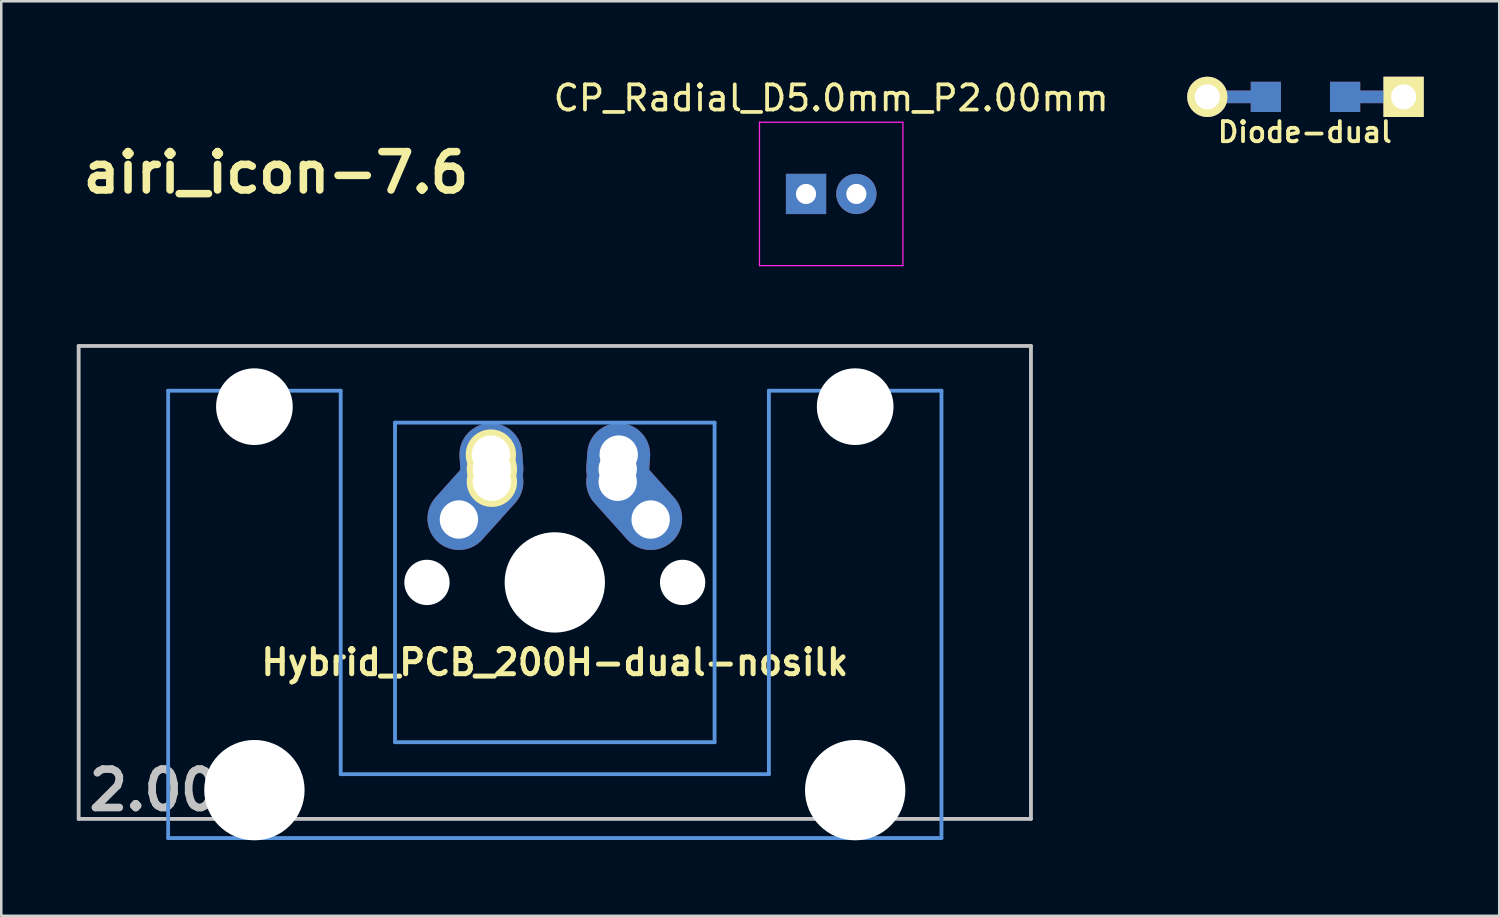
<source format=kicad_pcb>
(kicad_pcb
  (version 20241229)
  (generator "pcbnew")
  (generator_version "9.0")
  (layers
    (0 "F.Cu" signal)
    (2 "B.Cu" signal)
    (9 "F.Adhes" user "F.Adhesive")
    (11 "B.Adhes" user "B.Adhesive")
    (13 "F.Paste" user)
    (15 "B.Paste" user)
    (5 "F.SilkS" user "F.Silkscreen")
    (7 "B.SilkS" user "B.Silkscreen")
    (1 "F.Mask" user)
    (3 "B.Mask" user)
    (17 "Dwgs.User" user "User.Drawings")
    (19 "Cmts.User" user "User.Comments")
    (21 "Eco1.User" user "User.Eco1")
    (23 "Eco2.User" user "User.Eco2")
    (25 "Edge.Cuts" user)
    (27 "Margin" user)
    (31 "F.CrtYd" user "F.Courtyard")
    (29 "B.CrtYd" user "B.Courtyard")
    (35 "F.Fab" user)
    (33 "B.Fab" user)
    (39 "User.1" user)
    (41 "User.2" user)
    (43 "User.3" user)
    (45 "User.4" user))
  (footprint "Hybrid_PCB_200H-dual-nosilk"
    (layer "F.Cu")
    (at 18.999 20.097)
    (property "Reference" "Hybrid_PCB_200H-dual-nosilk" (at 0 3.175 0) (layer "F.SilkS") (effects (font (size 1 1) (thickness 0.2))))
    (attr through_hole)
    (fp_line (start -18.923 -9.398) (end 18.923 -9.398) (stroke (width 0.152) (type solid)) (layer "Dwgs.User"))
    (fp_line (start -18.923 9.398) (end -18.923 -9.398) (stroke (width 0.152) (type solid)) (layer "Dwgs.User"))
    (fp_line (start 18.923 -9.398) (end 18.923 9.398) (stroke (width 0.152) (type solid)) (layer "Dwgs.User"))
    (fp_line (start 18.923 9.398) (end -18.923 9.398) (stroke (width 0.152) (type solid)) (layer "Dwgs.User"))
    (fp_line (start -15.367 -7.62) (end -15.367 10.16) (stroke (width 0.152) (type solid)) (layer "Cmts.User"))
    (fp_line (start -15.367 10.16) (end 15.367 10.16) (stroke (width 0.152) (type solid)) (layer "Cmts.User"))
    (fp_line (start -8.509 -7.62) (end -15.367 -7.62) (stroke (width 0.152) (type solid)) (layer "Cmts.User"))
    (fp_line (start -8.509 7.62) (end -8.509 -7.62) (stroke (width 0.152) (type solid)) (layer "Cmts.User"))
    (fp_line (start -6.35 -6.35) (end 6.35 -6.35) (stroke (width 0.152) (type solid)) (layer "Cmts.User"))
    (fp_line (start -6.35 6.35) (end -6.35 -6.35) (stroke (width 0.152) (type solid)) (layer "Cmts.User"))
    (fp_line (start 6.35 -6.35) (end 6.35 6.35) (stroke (width 0.152) (type solid)) (layer "Cmts.User"))
    (fp_line (start 6.35 6.35) (end -6.35 6.35) (stroke (width 0.152) (type solid)) (layer "Cmts.User"))
    (fp_line (start 8.509 -7.62) (end 8.509 7.62) (stroke (width 0.152) (type solid)) (layer "Cmts.User"))
    (fp_line (start 8.509 7.62) (end -8.509 7.62) (stroke (width 0.152) (type solid)) (layer "Cmts.User"))
    (fp_line (start 15.367 -7.62) (end 8.509 -7.62) (stroke (width 0.152) (type solid)) (layer "Cmts.User"))
    (fp_line (start 15.367 10.16) (end 15.367 -7.62) (stroke (width 0.152) (type solid)) (layer "Cmts.User"))
    (fp_line (start -16.129 -2.286) (end -15.265 -2.286) (stroke (width 0.152) (type solid)) (layer "Eco2.User"))
    (fp_line (start -16.129 0.508) (end -16.129 -2.286) (stroke (width 0.152) (type solid)) (layer "Eco2.User"))
    (fp_line (start -15.265 -5.69) (end -8.611 -5.69) (stroke (width 0.152) (type solid)) (layer "Eco2.User"))
    (fp_line (start -15.265 -2.286) (end -15.265 -5.69) (stroke (width 0.152) (type solid)) (layer "Eco2.User"))
    (fp_line (start -15.265 0.508) (end -16.129 0.508) (stroke (width 0.152) (type solid)) (layer "Eco2.User"))
    (fp_line (start -15.265 6.604) (end -15.265 0.508) (stroke (width 0.152) (type solid)) (layer "Eco2.User"))
    (fp_line (start -14.224 6.604) (end -15.265 6.604) (stroke (width 0.152) (type solid)) (layer "Eco2.User"))
    (fp_line (start -14.224 7.772) (end -14.224 6.604) (stroke (width 0.152) (type solid)) (layer "Eco2.User"))
    (fp_line (start -9.652 6.604) (end -9.652 7.772) (stroke (width 0.152) (type solid)) (layer "Eco2.User"))
    (fp_line (start -9.652 7.772) (end -14.224 7.772) (stroke (width 0.152) (type solid)) (layer "Eco2.User"))
    (fp_line (start -8.611 -5.69) (end -8.611 -4.877) (stroke (width 0.152) (type solid)) (layer "Eco2.User"))
    (fp_line (start -8.611 -4.877) (end -6.985 -4.877) (stroke (width 0.152) (type solid)) (layer "Eco2.User"))
    (fp_line (start -8.611 5.817) (end -8.611 6.604) (stroke (width 0.152) (type solid)) (layer "Eco2.User"))
    (fp_line (start -8.611 6.604) (end -9.652 6.604) (stroke (width 0.152) (type solid)) (layer "Eco2.User"))
    (fp_line (start -6.985 -6.985) (end 6.985 -6.985) (stroke (width 0.152) (type solid)) (layer "Eco2.User"))
    (fp_line (start -6.985 -4.877) (end -6.985 -6.985) (stroke (width 0.152) (type solid)) (layer "Eco2.User"))
    (fp_line (start -6.985 5.817) (end -8.611 5.817) (stroke (width 0.152) (type solid)) (layer "Eco2.User"))
    (fp_line (start -6.985 6.985) (end -6.985 5.817) (stroke (width 0.152) (type solid)) (layer "Eco2.User"))
    (fp_line (start 6.985 -6.985) (end 6.985 -4.877) (stroke (width 0.152) (type solid)) (layer "Eco2.User"))
    (fp_line (start 6.985 -4.877) (end 8.611 -4.877) (stroke (width 0.152) (type solid)) (layer "Eco2.User"))
    (fp_line (start 6.985 5.817) (end 6.985 6.985) (stroke (width 0.152) (type solid)) (layer "Eco2.User"))
    (fp_line (start 6.985 6.985) (end -6.985 6.985) (stroke (width 0.152) (type solid)) (layer "Eco2.User"))
    (fp_line (start 8.611 -5.69) (end 15.265 -5.69) (stroke (width 0.152) (type solid)) (layer "Eco2.User"))
    (fp_line (start 8.611 -4.877) (end 8.611 -5.69) (stroke (width 0.152) (type solid)) (layer "Eco2.User"))
    (fp_line (start 8.611 5.817) (end 6.985 5.817) (stroke (width 0.152) (type solid)) (layer "Eco2.User"))
    (fp_line (start 8.611 6.604) (end 8.611 5.817) (stroke (width 0.152) (type solid)) (layer "Eco2.User"))
    (fp_line (start 9.652 6.604) (end 8.611 6.604) (stroke (width 0.152) (type solid)) (layer "Eco2.User"))
    (fp_line (start 9.652 7.772) (end 9.652 6.604) (stroke (width 0.152) (type solid)) (layer "Eco2.User"))
    (fp_line (start 14.224 6.604) (end 14.224 7.772) (stroke (width 0.152) (type solid)) (layer "Eco2.User"))
    (fp_line (start 14.224 7.772) (end 9.652 7.772) (stroke (width 0.152) (type solid)) (layer "Eco2.User"))
    (fp_line (start 15.265 -5.69) (end 15.265 -2.286) (stroke (width 0.152) (type solid)) (layer "Eco2.User"))
    (fp_line (start 15.265 -2.286) (end 16.129 -2.286) (stroke (width 0.152) (type solid)) (layer "Eco2.User"))
    (fp_line (start 15.265 0.508) (end 15.265 6.604) (stroke (width 0.152) (type solid)) (layer "Eco2.User"))
    (fp_line (start 15.265 6.604) (end 14.224 6.604) (stroke (width 0.152) (type solid)) (layer "Eco2.User"))
    (fp_line (start 16.129 -2.286) (end 16.129 0.508) (stroke (width 0.152) (type solid)) (layer "Eco2.User"))
    (fp_line (start 16.129 0.508) (end 15.265 0.508) (stroke (width 0.152) (type solid)) (layer "Eco2.User"))
    (fp_text user "2.00u" (at -15.24 8.255 0) (layer "Dwgs.User") (effects (font (size 1.524 1.524) (thickness 0.305))))
    (pad "" np_thru_hole circle (at -11.938 -6.985) (size 3.048 3.048) (drill 3.048) (layers "*.Cu"))
    (pad "" np_thru_hole circle (at -11.938 8.255) (size 3.988 3.988) (drill 3.988) (layers "*.Cu"))
    (pad "" np_thru_hole circle (at -5.08 0) (size 1.8 1.8) (drill 1.8) (layers "*.Cu"))
    (pad "" np_thru_hole circle (at 0 0) (size 3.988 3.988) (drill 3.988) (layers "*.Cu"))
    (pad "" np_thru_hole circle (at 5.08 0) (size 1.8 1.8) (drill 1.8) (layers "*.Cu"))
    (pad "" np_thru_hole circle (at 11.938 -6.985) (size 3.048 3.048) (drill 3.048) (layers "*.Cu"))
    (pad "" np_thru_hole circle (at 11.938 8.255) (size 3.988 3.988) (drill 3.988) (layers "*.Cu"))
    (pad "1" thru_hole circle (at -3.81 -2.5 3.9) (size 2 2) (drill 1.524) (layers "*.Cu" "*.Mask"))
    (pad "1" smd oval (at -3.155 -3.27 138.1) (size 2.5 4.462) (layers "F.Cu" "F.Mask" "F.Paste"))
    (pad "1" smd oval (at -3.155 -3.27 138.1) (size 2.5 4.462) (layers "B.Cu" "B.Mask" "B.Paste"))
    (pad "1" thru_hole circle (at -2.54 -5.08) (size 2 2) (drill 1.524) (layers "*.Cu" "*.Mask" "F.SilkS"))
    (pad "1" smd oval (at -2.52 -4.79 3.9) (size 2.5 3.081) (layers "F.Cu" "F.Mask" "F.Paste"))
    (pad "1" smd oval (at -2.52 -4.79 3.9) (size 2.5 3.081) (layers "B.Cu" "B.Mask" "B.Paste"))
    (pad "1" thru_hole circle (at -2.5 -4.5) (size 2 2) (drill 1.524) (layers "*.Cu" "*.Mask" "F.SilkS"))
    (pad "1" thru_hole circle (at -2.5 -4) (size 2 2) (drill 1.524) (layers "*.Cu" "*.Mask" "F.SilkS"))
    (pad "2" thru_hole circle (at 2.5 -4.5 3.9) (size 2 2) (drill 1.524) (layers "*.Cu" "*.Mask"))
    (pad "2" thru_hole circle (at 2.5 -4 3.9) (size 2 2) (drill 1.524) (layers "*.Cu" "*.Mask"))
    (pad "2" smd oval (at 2.52 -4.79 356.1) (size 2.5 3.081) (layers "F.Cu" "F.Mask" "F.Paste"))
    (pad "2" smd oval (at 2.52 -4.79 356.1) (size 2.5 3.081) (layers "B.Cu" "B.Mask" "B.Paste"))
    (pad "2" thru_hole circle (at 2.54 -5.08 3.9) (size 2 2) (drill 1.524) (layers "*.Cu" "*.Mask"))
    (pad "2" smd oval (at 3.155 -3.27 221.9) (size 2.5 4.462) (layers "F.Cu" "F.Mask" "F.Paste"))
    (pad "2" smd oval (at 3.155 -3.27 221.9) (size 2.5 4.462) (layers "B.Cu" "B.Mask" "B.Paste"))
    (pad "2" thru_hole circle (at 3.81 -2.5 3.9) (size 2 2) (drill 1.524) (layers "*.Cu" "*.Mask")))
  (footprint "Diode-dual"
    (layer "F.Cu")
    (at 48.833 0.8)
    (property "Reference" "Diode-dual" (at -0.025 1.4 0) (layer "F.SilkS") (effects (font (size 0.8 0.8) (thickness 0.15))))
    (attr smd)
    (pad "1" smd rect (at 1.575 0) (size 1.2 1.2) (layers "F.Cu" "F.Mask" "F.Paste"))
    (pad "1" smd rect (at 1.575 0) (size 1.2 1.2) (layers "B.Cu" "B.Mask" "B.Paste"))
    (pad "1" smd rect (at 2.7 0) (size 2.5 0.5) (layers "F.Cu"))
    (pad "1" smd rect (at 2.7 0) (size 2.5 0.5) (layers "B.Cu"))
    (pad "1" thru_hole rect (at 3.9 0) (size 1.6 1.6) (drill 1) (layers "*.Cu" "*.Mask" "F.SilkS"))
    (pad "2" thru_hole circle (at -3.9 0) (size 1.6 1.6) (drill 1) (layers "*.Cu" "*.Mask" "F.SilkS"))
    (pad "2" smd rect (at -2.7 0) (size 2.5 0.5) (layers "F.Cu"))
    (pad "2" smd rect (at -2.7 0) (size 2.5 0.5) (layers "B.Cu"))
    (pad "2" smd rect (at -1.575 0) (size 1.2 1.2) (layers "F.Cu" "F.Mask" "F.Paste"))
    (pad "2" smd rect (at -1.575 0) (size 1.2 1.2) (layers "B.Cu" "B.Mask" "B.Paste")))
  (footprint "CP_Radial_D5.0mm_P2.00mm"
    (layer "F.Cu")
    (at 28.984 4.658)
    (property "Reference" "CP_Radial_D5.0mm_P2.00mm" (at 1 -3.81 0) (layer "F.SilkS") (effects (font (size 1 1) (thickness 0.15))))
    (attr through_hole)
    (fp_line (start -1.85 -2.85) (end -1.85 2.85) (stroke (width 0.05) (type solid)) (layer "F.CrtYd"))
    (fp_line (start -1.85 2.85) (end 3.85 2.85) (stroke (width 0.05) (type solid)) (layer "F.CrtYd"))
    (fp_line (start 3.85 -2.85) (end -1.85 -2.85) (stroke (width 0.05) (type solid)) (layer "F.CrtYd"))
    (fp_line (start 3.85 2.85) (end 3.85 -2.85) (stroke (width 0.05) (type solid)) (layer "F.CrtYd"))
    (pad "1" thru_hole rect (at 0 0) (size 1.6 1.6) (drill 0.8) (layers "*.Cu" "*.Mask"))
    (pad "2" thru_hole circle (at 2 0) (size 1.6 1.6) (drill 0.8) (layers "*.Cu" "*.Mask")))
  (footprint "airi_icon-7.6"
    (layer "F.Cu")
    (at 7.918 3.81)
    (property "Reference" "airi_icon-7.6" (at 0 0 0) (layer "F.SilkS") (effects (font (size 1.524 1.524) (thickness 0.3))))
    (attr through_hole)
    (fp_poly (pts (xy 1.697 1.697) (xy 1.016 1.697) (xy 1.018 1.019) (xy 1.021 0.34) (xy 1.697 0.335) (xy 1.697 1.697)) (stroke (width 0.01) (type solid)) (fill yes) (layer "F.Mask"))
    (fp_poly (pts (xy 1.697 -0.345) (xy 1.016 -0.345) (xy 1.016 -1.026) (xy 0.676 -1.026) (xy 0.335 -1.026) (xy 0.338 -0.683) (xy 0.34 -0.34) (xy 0.678 -0.338) (xy 1.016 -0.335) (xy 1.016 0.335) (xy 0.335 0.335) (xy 0.335 1.697) (xy -0.335 1.697) (xy -0.34 0.34) (xy -0.683 0.338) (xy -1.026 0.335) (xy -1.026 1.697) (xy -1.697 1.697) (xy -1.697 -0.688) (xy -1.026 -0.688) (xy -1.026 -0.607) (xy -1.025 -0.532) (xy -1.025 -0.467) (xy -1.023 -0.412) (xy -1.022 -0.372) (xy -1.02 -0.348) (xy -1.019 -0.342) (xy -1.008 -0.34) (xy -0.978 -0.339) (xy -0.934 -0.338) (xy -0.876 -0.337) (xy -0.807 -0.337) (xy -0.731 -0.337) (xy -0.676 -0.338) (xy -0.34 -0.34) (xy -0.34 -1.021) (xy -0.683 -1.024) (xy -1.026 -1.026) (xy -1.026 -0.688) (xy -1.697 -0.688) (xy -1.697 -1.697) (xy 1.697 -1.697) (xy 1.697 -0.345)) (stroke (width 0.01) (type solid)) (fill yes) (layer "F.Mask"))
    (fp_poly (pts (xy 0.222 -3.799) (xy 0.502 -3.772) (xy 0.782 -3.726) (xy 0.798 -3.723) (xy 1.055 -3.659) (xy 1.309 -3.576) (xy 1.558 -3.474) (xy 1.799 -3.354) (xy 2.033 -3.217) (xy 2.256 -3.065) (xy 2.468 -2.896) (xy 2.552 -2.822) (xy 2.68 -2.701) (xy 2.796 -2.582) (xy 2.904 -2.46) (xy 3.01 -2.328) (xy 3.037 -2.291) (xy 3.197 -2.062) (xy 3.339 -1.825) (xy 3.461 -1.58) (xy 3.566 -1.327) (xy 3.652 -1.065) (xy 3.72 -0.793) (xy 3.728 -0.756) (xy 3.773 -0.487) (xy 3.798 -0.216) (xy 3.804 0.055) (xy 3.791 0.324) (xy 3.758 0.591) (xy 3.718 0.799) (xy 3.697 0.889) (xy 3.673 0.985) (xy 3.647 1.081) (xy 3.621 1.17) (xy 3.596 1.246) (xy 3.593 1.255) (xy 3.569 1.322) (xy 3.538 1.4) (xy 3.502 1.484) (xy 3.464 1.57) (xy 3.425 1.655) (xy 3.387 1.735) (xy 3.351 1.804) (xy 3.321 1.859) (xy 3.315 1.869) (xy 3.288 1.913) (xy 3.255 1.966) (xy 3.224 2.018) (xy 3.212 2.037) (xy 3.188 2.074) (xy 3.155 2.123) (xy 3.115 2.179) (xy 3.072 2.239) (xy 3.028 2.299) (xy 3.023 2.306) (xy 2.91 2.447) (xy 2.783 2.59) (xy 2.645 2.73) (xy 2.503 2.862) (xy 2.361 2.981) (xy 2.306 3.023) (xy 2.247 3.067) (xy 2.186 3.11) (xy 2.129 3.15) (xy 2.079 3.185) (xy 2.041 3.21) (xy 2.037 3.212) (xy 1.988 3.242) (xy 1.934 3.275) (xy 1.886 3.304) (xy 1.869 3.315) (xy 1.827 3.339) (xy 1.769 3.369) (xy 1.7 3.403) (xy 1.625 3.439) (xy 1.546 3.475) (xy 1.468 3.509) (xy 1.412 3.533) (xy 1.227 3.602) (xy 1.027 3.663) (xy 0.817 3.715) (xy 0.602 3.755) (xy 0.385 3.784) (xy 0.198 3.799) (xy 0.129 3.803) (xy 0.073 3.806) (xy 0.027 3.807) (xy -0.015 3.808) (xy -0.058 3.807) (xy -0.108 3.805) (xy -0.169 3.802) (xy -0.218 3.799) (xy -0.466 3.777) (xy -0.711 3.738) (xy -0.955 3.683) (xy -1.199 3.609) (xy -1.446 3.517) (xy -1.626 3.44) (xy -1.751 3.379) (xy -1.885 3.305) (xy -2.023 3.221) (xy -2.16 3.132) (xy -2.292 3.038) (xy -2.414 2.944) (xy -2.484 2.885) (xy -2.684 2.699) (xy -2.87 2.499) (xy -3.041 2.287) (xy -3.196 2.064) (xy -3.336 1.832) (xy -3.458 1.592) (xy -3.562 1.345) (xy -3.648 1.092) (xy -3.715 0.834) (xy -3.723 0.798) (xy -3.77 0.518) (xy -3.798 0.238) (xy -3.804 0.015) (xy -3.128 0.015) (xy -3.123 0.177) (xy -3.113 0.335) (xy -3.096 0.484) (xy -3.093 0.508) (xy -3.053 0.712) (xy -2.996 0.92) (xy -2.923 1.128) (xy -2.833 1.334) (xy -2.73 1.533) (xy -2.614 1.724) (xy -2.486 1.904) (xy -2.473 1.92) (xy -2.31 2.113) (xy -2.132 2.292) (xy -1.94 2.455) (xy -1.737 2.603) (xy -1.522 2.735) (xy -1.296 2.849) (xy -1.119 2.925) (xy -0.985 2.972) (xy -0.838 3.016) (xy -0.686 3.053) (xy -0.535 3.084) (xy -0.393 3.105) (xy -0.366 3.108) (xy -0.318 3.113) (xy -0.275 3.118) (xy -0.242 3.121) (xy -0.229 3.123) (xy -0.194 3.125) (xy -0.144 3.127) (xy -0.082 3.128) (xy -0.013 3.128) (xy 0.058 3.127) (xy 0.128 3.126) (xy 0.191 3.124) (xy 0.244 3.121) (xy 0.269 3.119) (xy 0.521 3.086) (xy 0.769 3.033) (xy 1.011 2.961) (xy 1.247 2.87) (xy 1.475 2.762) (xy 1.502 2.747) (xy 1.58 2.703) (xy 1.667 2.648) (xy 1.759 2.587) (xy 1.85 2.522) (xy 1.935 2.458) (xy 2.002 2.405) (xy 2.189 2.235) (xy 2.361 2.053) (xy 2.517 1.859) (xy 2.656 1.654) (xy 2.779 1.439) (xy 2.884 1.215) (xy 2.971 0.982) (xy 3.04 0.741) (xy 3.09 0.493) (xy 3.12 0.254) (xy 3.125 0.179) (xy 3.127 0.089) (xy 3.127 -0.009) (xy 3.125 -0.11) (xy 3.121 -0.209) (xy 3.116 -0.301) (xy 3.108 -0.38) (xy 3.105 -0.406) (xy 3.074 -0.591) (xy 3.033 -0.773) (xy 2.984 -0.948) (xy 2.928 -1.11) (xy 2.925 -1.119) (xy 2.825 -1.348) (xy 2.709 -1.567) (xy 2.577 -1.775) (xy 2.43 -1.972) (xy 2.268 -2.156) (xy 2.094 -2.327) (xy 1.908 -2.483) (xy 1.71 -2.624) (xy 1.501 -2.749) (xy 1.284 -2.857) (xy 1.168 -2.905) (xy 1.02 -2.961) (xy 0.883 -3.007) (xy 0.753 -3.045) (xy 0.627 -3.074) (xy 0.499 -3.095) (xy 0.366 -3.11) (xy 0.223 -3.119) (xy 0.066 -3.123) (xy -0.005 -3.123) (xy -0.118 -3.123) (xy -0.215 -3.121) (xy -0.301 -3.117) (xy -0.378 -3.111) (xy -0.453 -3.102) (xy -0.528 -3.091) (xy -0.608 -3.076) (xy -0.655 -3.067) (xy -0.76 -3.042) (xy -0.877 -3.009) (xy -1 -2.969) (xy -1.123 -2.925) (xy -1.241 -2.878) (xy -1.348 -2.831) (xy -1.386 -2.812) (xy -1.56 -2.718) (xy -1.732 -2.609) (xy -1.9 -2.49) (xy -2.057 -2.363) (xy -2.202 -2.231) (xy -2.315 -2.113) (xy -2.479 -1.914) (xy -2.626 -1.707) (xy -2.755 -1.491) (xy -2.866 -1.268) (xy -2.957 -1.038) (xy -3.03 -0.802) (xy -3.084 -0.561) (xy -3.104 -0.432) (xy -3.118 -0.295) (xy -3.126 -0.144) (xy -3.128 0.015) (xy -3.804 0.015) (xy -3.805 -0.042) (xy -3.792 -0.322) (xy -3.759 -0.601) (xy -3.706 -0.878) (xy -3.702 -0.894) (xy -3.641 -1.12) (xy -3.562 -1.348) (xy -3.466 -1.576) (xy -3.356 -1.799) (xy -3.244 -1.996) (xy -3.117 -2.189) (xy -2.972 -2.379) (xy -2.812 -2.563) (xy -2.64 -2.74) (xy -2.458 -2.905) (xy -2.268 -3.057) (xy -2.21 -3.1) (xy -1.999 -3.241) (xy -1.776 -3.368) (xy -1.545 -3.48) (xy -1.309 -3.577) (xy -1.07 -3.656) (xy -0.894 -3.702) (xy -0.617 -3.757) (xy -0.338 -3.791) (xy -0.058 -3.805) (xy 0.222 -3.799)) (stroke (width 0.01) (type solid)) (fill yes) (layer "F.Mask")))
  (gr_rect
    (start -3 -3)
    (end 56.533 33.346)
    (stroke (width 0.1) (type default))
    (fill no)
    (layer "Edge.Cuts")))
</source>
